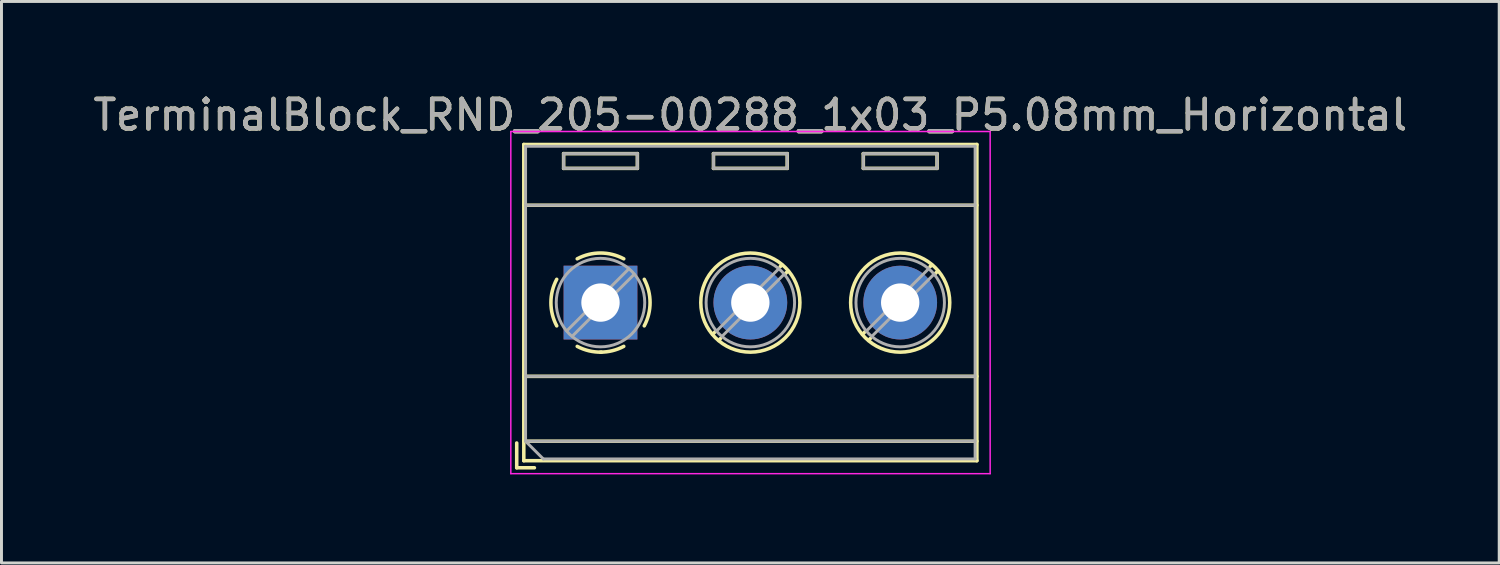
<source format=kicad_pcb>
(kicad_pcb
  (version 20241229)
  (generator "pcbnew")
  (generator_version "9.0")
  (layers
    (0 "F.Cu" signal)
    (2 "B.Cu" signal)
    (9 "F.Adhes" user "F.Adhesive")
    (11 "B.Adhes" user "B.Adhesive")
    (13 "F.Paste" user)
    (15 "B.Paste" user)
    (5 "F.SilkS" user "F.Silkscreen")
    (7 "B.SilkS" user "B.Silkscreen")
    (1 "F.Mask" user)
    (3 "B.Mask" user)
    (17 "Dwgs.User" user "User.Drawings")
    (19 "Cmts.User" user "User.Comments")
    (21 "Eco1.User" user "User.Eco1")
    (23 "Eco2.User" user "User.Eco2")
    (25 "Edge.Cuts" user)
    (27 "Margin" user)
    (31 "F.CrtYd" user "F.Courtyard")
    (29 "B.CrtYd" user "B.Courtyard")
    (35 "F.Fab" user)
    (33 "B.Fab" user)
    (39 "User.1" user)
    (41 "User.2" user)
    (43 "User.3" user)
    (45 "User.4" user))
  (footprint "TerminalBlock_RND_205-00288_1x03_P5.08mm_Horizontal"
    (layer "F.Cu")
    (at 17.307 7.208)
    (property "Reference" "TerminalBlock_RND_205-00288_1x03_P5.08mm_Horizontal" (at 5.08 -6.36 0) (layer "F.SilkS") (effects (font (size 1 1) (thickness 0.15))))
    (attr through_hole)
    (fp_line (start -2.84 4.76) (end -2.84 5.6) (stroke (width 0.12) (type solid)) (layer "F.SilkS"))
    (fp_line (start -2.84 5.6) (end -2.24 5.6) (stroke (width 0.12) (type solid)) (layer "F.SilkS"))
    (fp_line (start -2.6 -5.36) (end -2.6 5.36) (stroke (width 0.12) (type solid)) (layer "F.SilkS"))
    (fp_line (start -2.6 -5.36) (end 12.76 -5.36) (stroke (width 0.12) (type solid)) (layer "F.SilkS"))
    (fp_line (start -2.6 -3.3) (end 12.76 -3.3) (stroke (width 0.12) (type solid)) (layer "F.SilkS"))
    (fp_line (start -2.6 2.5) (end 12.76 2.5) (stroke (width 0.12) (type solid)) (layer "F.SilkS"))
    (fp_line (start -2.6 4.7) (end 12.76 4.7) (stroke (width 0.12) (type solid)) (layer "F.SilkS"))
    (fp_line (start -2.6 5.36) (end 12.76 5.36) (stroke (width 0.12) (type solid)) (layer "F.SilkS"))
    (fp_line (start -1.25 -5.05) (end -1.25 -4.55) (stroke (width 0.12) (type solid)) (layer "F.SilkS"))
    (fp_line (start -1.25 -5.05) (end 1.25 -5.05) (stroke (width 0.12) (type solid)) (layer "F.SilkS"))
    (fp_line (start -1.25 -4.55) (end 1.25 -4.55) (stroke (width 0.12) (type solid)) (layer "F.SilkS"))
    (fp_line (start 1.25 -5.05) (end 1.25 -4.55) (stroke (width 0.12) (type solid)) (layer "F.SilkS"))
    (fp_line (start 3.83 -5.05) (end 3.83 -4.55) (stroke (width 0.12) (type solid)) (layer "F.SilkS"))
    (fp_line (start 3.83 -5.05) (end 6.33 -5.05) (stroke (width 0.12) (type solid)) (layer "F.SilkS"))
    (fp_line (start 3.83 -4.55) (end 6.33 -4.55) (stroke (width 0.12) (type solid)) (layer "F.SilkS"))
    (fp_line (start 3.9 0.976) (end 3.806 1.069) (stroke (width 0.12) (type solid)) (layer "F.SilkS"))
    (fp_line (start 4.07 1.216) (end 4.011 1.274) (stroke (width 0.12) (type solid)) (layer "F.SilkS"))
    (fp_line (start 6.15 -1.275) (end 6.091 -1.216) (stroke (width 0.12) (type solid)) (layer "F.SilkS"))
    (fp_line (start 6.33 -5.05) (end 6.33 -4.55) (stroke (width 0.12) (type solid)) (layer "F.SilkS"))
    (fp_line (start 6.355 -1.069) (end 6.261 -0.976) (stroke (width 0.12) (type solid)) (layer "F.SilkS"))
    (fp_line (start 8.91 -5.05) (end 8.91 -4.55) (stroke (width 0.12) (type solid)) (layer "F.SilkS"))
    (fp_line (start 8.91 -5.05) (end 11.41 -5.05) (stroke (width 0.12) (type solid)) (layer "F.SilkS"))
    (fp_line (start 8.91 -4.55) (end 11.41 -4.55) (stroke (width 0.12) (type solid)) (layer "F.SilkS"))
    (fp_line (start 8.98 0.976) (end 8.886 1.069) (stroke (width 0.12) (type solid)) (layer "F.SilkS"))
    (fp_line (start 9.15 1.216) (end 9.091 1.274) (stroke (width 0.12) (type solid)) (layer "F.SilkS"))
    (fp_line (start 11.23 -1.275) (end 11.171 -1.216) (stroke (width 0.12) (type solid)) (layer "F.SilkS"))
    (fp_line (start 11.41 -5.05) (end 11.41 -4.55) (stroke (width 0.12) (type solid)) (layer "F.SilkS"))
    (fp_line (start 11.435 -1.069) (end 11.341 -0.976) (stroke (width 0.12) (type solid)) (layer "F.SilkS"))
    (fp_line (start 12.76 -5.36) (end 12.76 5.36) (stroke (width 0.12) (type solid)) (layer "F.SilkS"))
    (fp_arc (start -1.483953 0.789089) (mid -1.680708 0.00005) (end -1.484 -0.789) (stroke (width 0.12) (type solid)) (layer "F.SilkS"))
    (fp_arc (start -0.789089 -1.483953) (mid -0.00005 -1.680708) (end 0.789 -1.484) (stroke (width 0.12) (type solid)) (layer "F.SilkS"))
    (fp_arc (start 0.029383 1.68045) (mid -0.392304 1.634281) (end -0.789 1.484) (stroke (width 0.12) (type solid)) (layer "F.SilkS"))
    (fp_arc (start 0.788712 1.483352) (mid 0.406429 1.630097) (end 0 1.68) (stroke (width 0.12) (type solid)) (layer "F.SilkS"))
    (fp_arc (start 1.483953 -0.789089) (mid 1.680708 -0.00005) (end 1.484 0.789) (stroke (width 0.12) (type solid)) (layer "F.SilkS"))
    (fp_circle (center 5.08 0) (end 6.76 0) (stroke (width 0.12) (type solid)) (fill no) (layer "F.SilkS"))
    (fp_circle (center 10.16 0) (end 11.84 0) (stroke (width 0.12) (type solid)) (fill no) (layer "F.SilkS"))
    (fp_line (start -3.04 -5.8) (end -3.04 5.8) (stroke (width 0.05) (type solid)) (layer "F.CrtYd"))
    (fp_line (start -3.04 5.8) (end 13.21 5.8) (stroke (width 0.05) (type solid)) (layer "F.CrtYd"))
    (fp_line (start 13.21 -5.8) (end -3.04 -5.8) (stroke (width 0.05) (type solid)) (layer "F.CrtYd"))
    (fp_line (start 13.21 5.8) (end 13.21 -5.8) (stroke (width 0.05) (type solid)) (layer "F.CrtYd"))
    (fp_line (start -2.54 -5.3) (end 12.7 -5.3) (stroke (width 0.1) (type solid)) (layer "F.Fab"))
    (fp_line (start -2.54 -3.3) (end 12.7 -3.3) (stroke (width 0.1) (type solid)) (layer "F.Fab"))
    (fp_line (start -2.54 2.5) (end 12.7 2.5) (stroke (width 0.1) (type solid)) (layer "F.Fab"))
    (fp_line (start -2.54 4.7) (end -2.54 -5.3) (stroke (width 0.1) (type solid)) (layer "F.Fab"))
    (fp_line (start -2.54 4.7) (end 12.7 4.7) (stroke (width 0.1) (type solid)) (layer "F.Fab"))
    (fp_line (start -1.94 5.3) (end -2.54 4.7) (stroke (width 0.1) (type solid)) (layer "F.Fab"))
    (fp_line (start -1.25 -5.05) (end -1.25 -4.55) (stroke (width 0.1) (type solid)) (layer "F.Fab"))
    (fp_line (start -1.25 -4.55) (end 1.25 -4.55) (stroke (width 0.1) (type solid)) (layer "F.Fab"))
    (fp_line (start 0.955 -1.138) (end -1.138 0.955) (stroke (width 0.1) (type solid)) (layer "F.Fab"))
    (fp_line (start 1.138 -0.955) (end -0.955 1.138) (stroke (width 0.1) (type solid)) (layer "F.Fab"))
    (fp_line (start 1.25 -5.05) (end -1.25 -5.05) (stroke (width 0.1) (type solid)) (layer "F.Fab"))
    (fp_line (start 1.25 -4.55) (end 1.25 -5.05) (stroke (width 0.1) (type solid)) (layer "F.Fab"))
    (fp_line (start 3.83 -5.05) (end 3.83 -4.55) (stroke (width 0.1) (type solid)) (layer "F.Fab"))
    (fp_line (start 3.83 -4.55) (end 6.33 -4.55) (stroke (width 0.1) (type solid)) (layer "F.Fab"))
    (fp_line (start 6.035 -1.138) (end 3.943 0.955) (stroke (width 0.1) (type solid)) (layer "F.Fab"))
    (fp_line (start 6.218 -0.955) (end 4.126 1.138) (stroke (width 0.1) (type solid)) (layer "F.Fab"))
    (fp_line (start 6.33 -5.05) (end 3.83 -5.05) (stroke (width 0.1) (type solid)) (layer "F.Fab"))
    (fp_line (start 6.33 -4.55) (end 6.33 -5.05) (stroke (width 0.1) (type solid)) (layer "F.Fab"))
    (fp_line (start 8.91 -5.05) (end 8.91 -4.55) (stroke (width 0.1) (type solid)) (layer "F.Fab"))
    (fp_line (start 8.91 -4.55) (end 11.41 -4.55) (stroke (width 0.1) (type solid)) (layer "F.Fab"))
    (fp_line (start 11.115 -1.138) (end 9.023 0.955) (stroke (width 0.1) (type solid)) (layer "F.Fab"))
    (fp_line (start 11.298 -0.955) (end 9.206 1.138) (stroke (width 0.1) (type solid)) (layer "F.Fab"))
    (fp_line (start 11.41 -5.05) (end 8.91 -5.05) (stroke (width 0.1) (type solid)) (layer "F.Fab"))
    (fp_line (start 11.41 -4.55) (end 11.41 -5.05) (stroke (width 0.1) (type solid)) (layer "F.Fab"))
    (fp_line (start 12.7 -5.3) (end 12.7 5.3) (stroke (width 0.1) (type solid)) (layer "F.Fab"))
    (fp_line (start 12.7 5.3) (end -1.94 5.3) (stroke (width 0.1) (type solid)) (layer "F.Fab"))
    (fp_circle (center 0 0) (end 1.5 0) (stroke (width 0.1) (type solid)) (fill no) (layer "F.Fab"))
    (fp_circle (center 5.08 0) (end 6.58 0) (stroke (width 0.1) (type solid)) (fill no) (layer "F.Fab"))
    (fp_circle (center 10.16 0) (end 11.66 0) (stroke (width 0.1) (type solid)) (fill no) (layer "F.Fab"))
    (fp_text user "${REFERENCE}" (at 5.08 -6.36 0) (layer "F.Fab") (effects (font (size 1 1) (thickness 0.15))))
    (pad "1" thru_hole rect (at 0 0) (size 2.5 2.5) (drill 1.3) (layers "*.Cu" "*.Mask"))
    (pad "2" thru_hole circle (at 5.08 0) (size 2.5 2.5) (drill 1.3) (layers "*.Cu" "*.Mask"))
    (pad "3" thru_hole circle (at 10.16 0) (size 2.5 2.5) (drill 1.3) (layers "*.Cu" "*.Mask")))
  (gr_rect
    (start -3 -3)
    (end 47.774 16.033)
    (stroke (width 0.1) (type default))
    (fill no)
    (layer "Edge.Cuts")))
</source>
